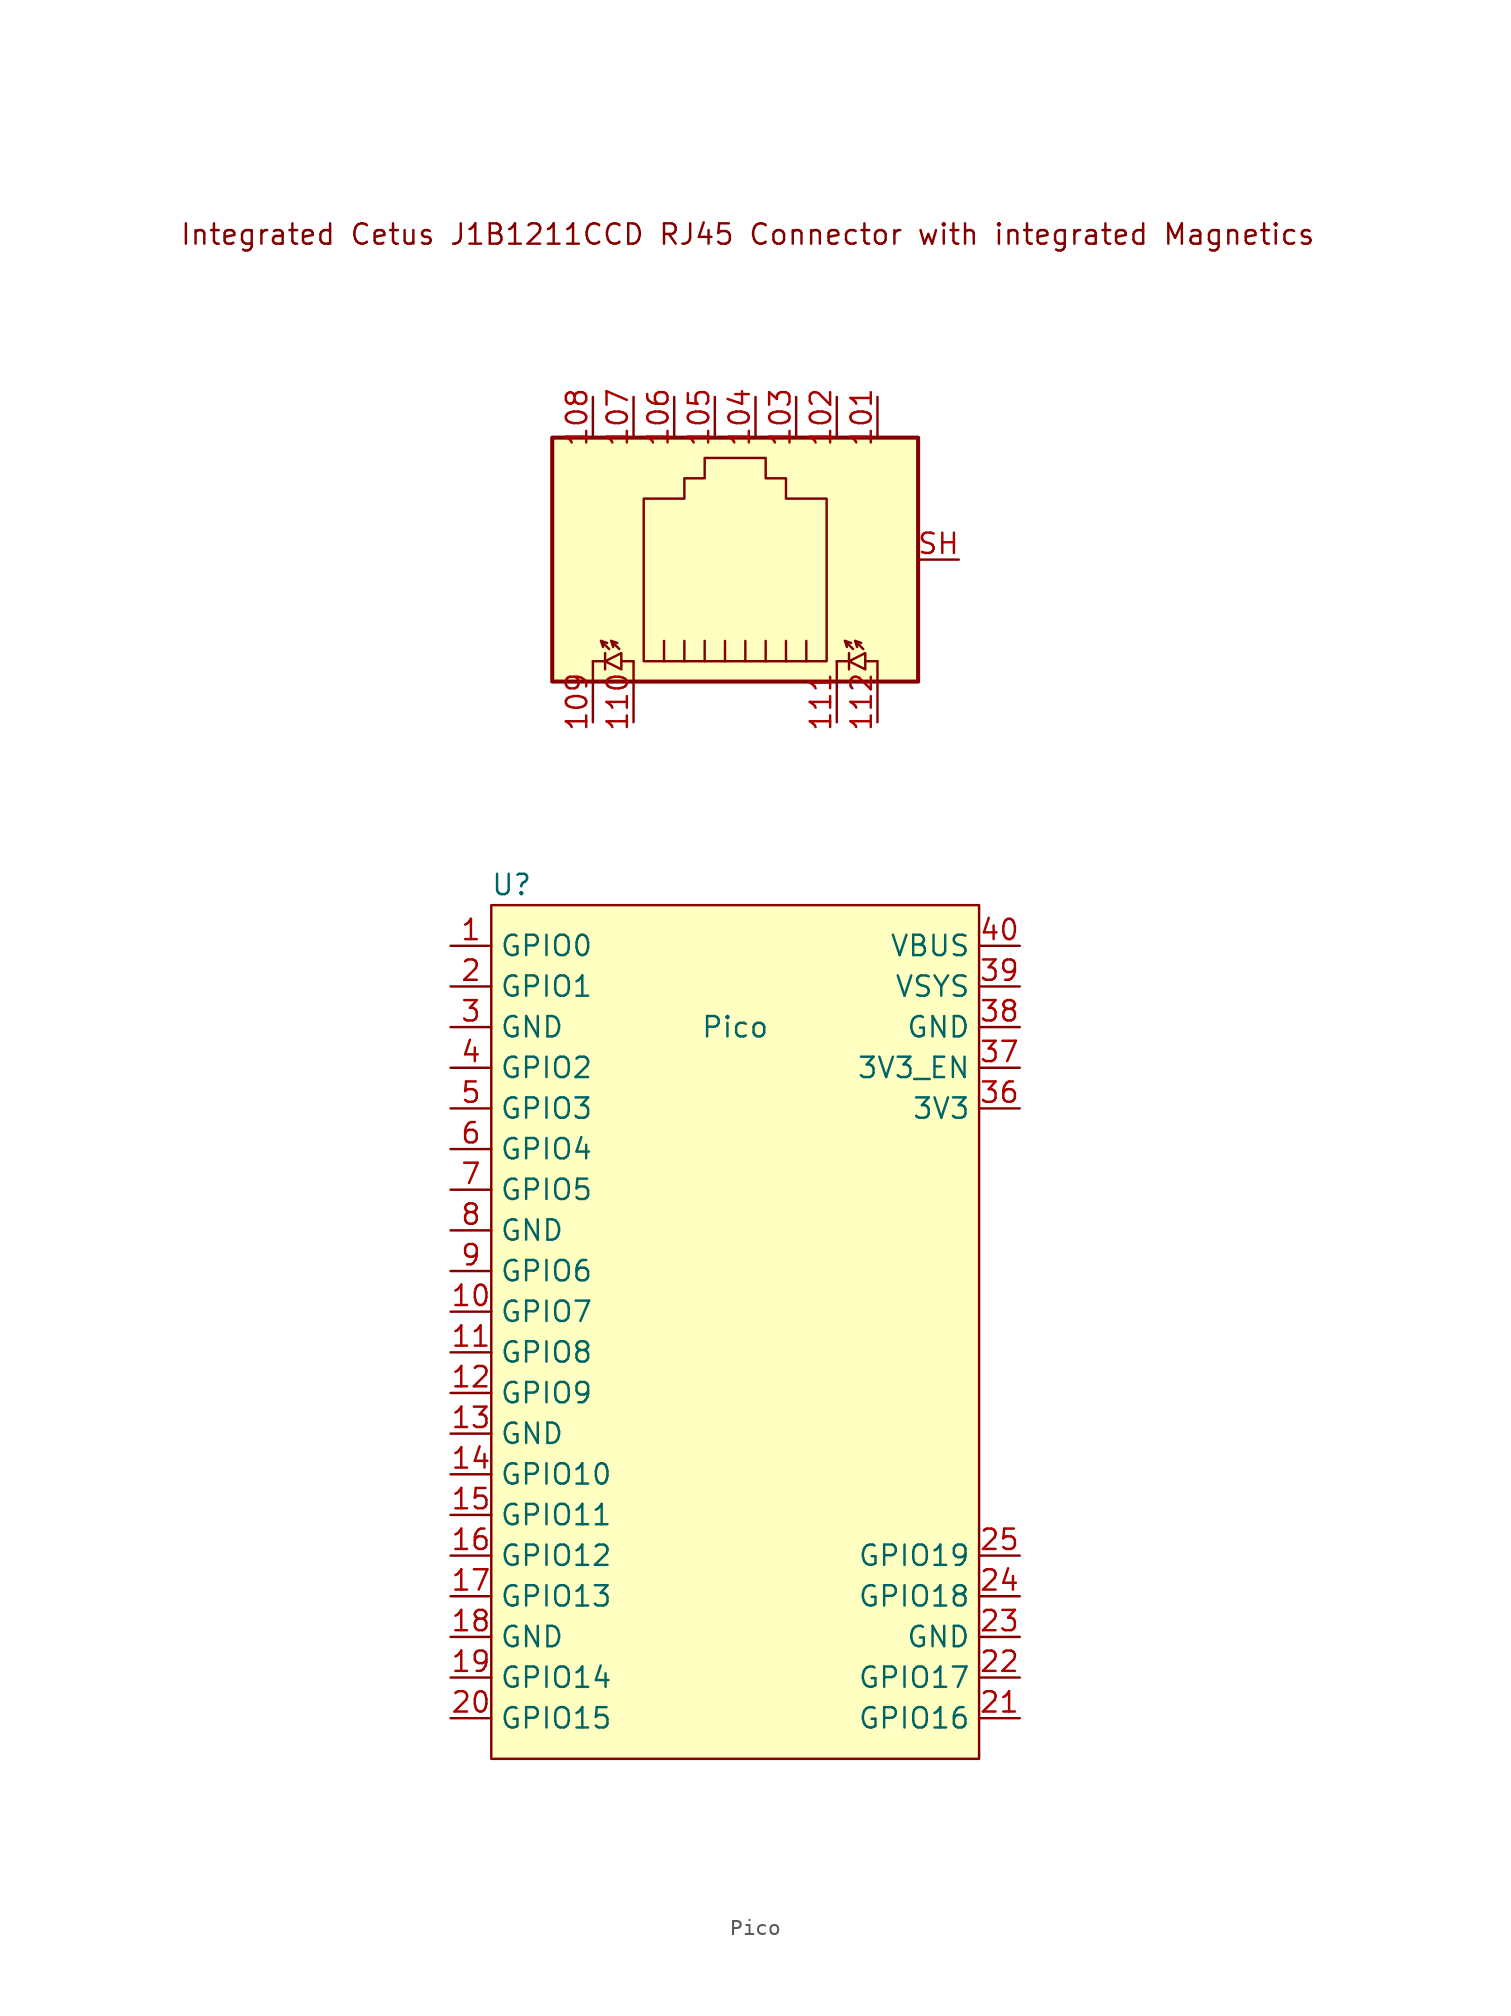
<source format=kicad_sym>
(kicad_symbol_lib
  (version 20211014)
  (generator kicad_symbol_editor)
  (symbol "Pico"
    (property "Reference" "U"
      (at -13.97 27.94 0)
      (effects (font (size 1.27 1.27))))
    (property "Value" "Pico"
      (at 0 19.05 0)
      (effects (font (size 1.27 1.27))))
    (symbol "Pico_0_0"
      (text "Integrated Cetus J1B1211CCD RJ45 Connector with integrated Magnetics " (at 1.27 68.58 0) (effects (font (size 1.27 1.27)))))
    (symbol "Pico_0_1"
      (rectangle (start -15.24 26.67) (end 15.24 -26.67) (stroke (width 0) (type default) (color 0 0 0 0)) (fill (type background)))
      (rectangle (start -11.43 55.88) (end 11.43 40.64) (stroke (width 0.254) (type default) (color 0 0 0 0)) (fill (type background)))
      (polyline (pts (xy -8.89 40.64) (xy -8.89 41.91)) (stroke (width 0) (type default) (color 0 0 0 0)) (fill (type none)))
      (polyline (pts (xy -8.89 41.91) (xy -8.128 41.91)) (stroke (width 0) (type default) (color 0 0 0 0)) (fill (type none)))
      (polyline (pts (xy -8.382 43.18) (xy -8.001 43.053)) (stroke (width 0) (type default) (color 0 0 0 0)) (fill (type none)))
      (polyline (pts (xy -8.128 41.402) (xy -8.128 42.418)) (stroke (width 0) (type default) (color 0 0 0 0)) (fill (type none)))
      (polyline (pts (xy -7.747 43.18) (xy -7.366 43.053)) (stroke (width 0) (type default) (color 0 0 0 0)) (fill (type none)))
      (polyline (pts (xy -6.35 40.64) (xy -6.35 41.91)) (stroke (width 0) (type default) (color 0 0 0 0)) (fill (type none)))
      (polyline (pts (xy -6.35 41.91) (xy -7.112 41.91)) (stroke (width 0) (type default) (color 0 0 0 0)) (fill (type none)))
      (polyline (pts (xy -4.445 43.18) (xy -4.445 41.91)) (stroke (width 0) (type default) (color 0 0 0 0)) (fill (type none)))
      (polyline (pts (xy -3.175 43.18) (xy -3.175 41.91)) (stroke (width 0) (type default) (color 0 0 0 0)) (fill (type none)))
      (polyline (pts (xy 6.35 40.64) (xy 6.35 41.91)) (stroke (width 0) (type default) (color 0 0 0 0)) (fill (type none)))
      (polyline (pts (xy 6.35 41.91) (xy 7.112 41.91)) (stroke (width 0) (type default) (color 0 0 0 0)) (fill (type none)))
      (polyline (pts (xy 6.858 43.18) (xy 7.239 43.053)) (stroke (width 0) (type default) (color 0 0 0 0)) (fill (type none)))
      (polyline (pts (xy 7.112 41.402) (xy 7.112 42.418)) (stroke (width 0) (type default) (color 0 0 0 0)) (fill (type none)))
      (polyline (pts (xy 7.493 43.18) (xy 7.874 43.053)) (stroke (width 0) (type default) (color 0 0 0 0)) (fill (type none)))
      (polyline (pts (xy 8.89 40.64) (xy 8.89 41.91)) (stroke (width 0) (type default) (color 0 0 0 0)) (fill (type none)))
      (polyline (pts (xy 8.89 41.91) (xy 8.128 41.91)) (stroke (width 0) (type default) (color 0 0 0 0)) (fill (type none)))
      (polyline (pts (xy -7.874 42.672) (xy -8.382 43.18) (xy -8.255 42.799)) (stroke (width 0) (type default) (color 0 0 0 0)) (fill (type none)))
      (polyline (pts (xy -7.239 42.672) (xy -7.747 43.18) (xy -7.62 42.799)) (stroke (width 0) (type default) (color 0 0 0 0)) (fill (type none)))
      (polyline (pts (xy -1.905 43.18) (xy -1.905 41.91) (xy -1.905 41.91)) (stroke (width 0) (type default) (color 0 0 0 0)) (fill (type none)))
      (polyline (pts (xy -0.635 41.91) (xy -0.635 43.18) (xy -0.635 43.18)) (stroke (width 0) (type default) (color 0 0 0 0)) (fill (type none)))
      (polyline (pts (xy 0.635 41.91) (xy 0.635 43.18) (xy 0.635 43.18)) (stroke (width 0) (type default) (color 0 0 0 0)) (fill (type none)))
      (polyline (pts (xy 1.905 41.91) (xy 1.905 43.18) (xy 1.905 43.18)) (stroke (width 0) (type default) (color 0 0 0 0)) (fill (type none)))
      (polyline (pts (xy 3.175 41.91) (xy 3.175 43.18) (xy 3.175 43.18)) (stroke (width 0) (type default) (color 0 0 0 0)) (fill (type none)))
      (polyline (pts (xy 4.445 41.91) (xy 4.445 43.18) (xy 4.445 43.18)) (stroke (width 0) (type default) (color 0 0 0 0)) (fill (type none)))
      (polyline (pts (xy 7.366 42.672) (xy 6.858 43.18) (xy 6.985 42.799)) (stroke (width 0) (type default) (color 0 0 0 0)) (fill (type none)))
      (polyline (pts (xy 8.001 42.672) (xy 7.493 43.18) (xy 7.62 42.799)) (stroke (width 0) (type default) (color 0 0 0 0)) (fill (type none)))
      (polyline (pts (xy -8.128 41.91) (xy -7.112 41.402) (xy -7.112 42.418) (xy -8.128 41.91)) (stroke (width 0) (type default) (color 0 0 0 0)) (fill (type none)))
      (polyline (pts (xy 7.112 41.91) (xy 8.128 41.402) (xy 8.128 42.418) (xy 7.112 41.91)) (stroke (width 0) (type default) (color 0 0 0 0)) (fill (type none)))
      (polyline (pts (xy 5.715 41.91) (xy -5.715 41.91) (xy -5.715 52.07) (xy -3.175 52.07) (xy -3.175 53.34) (xy -1.905 53.34) (xy -1.905 54.61) (xy 1.905 54.61) (xy 1.905 53.34) (xy 3.175 53.34) (xy 3.175 52.07) (xy 5.715 52.07) (xy 5.715 41.91) (xy 5.715 41.91)) (stroke (width 0) (type default) (color 0 0 0 0)) (fill (type none))))
    (symbol "Pico_1_1"
      (pin bidirectional line (at -17.78 24.13 0) (length 2.54) (name "GPIO0" (effects (font (size 1.27 1.27)))) (number "1" (effects (font (size 1.27 1.27)))))
      (pin bidirectional line (at -17.78 1.27 0) (length 2.54) (name "GPIO7" (effects (font (size 1.27 1.27)))) (number "10" (effects (font (size 1.27 1.27)))))
      (pin passive line (at 8.89 58.42 270) (length 2.54) (name "~" (effects (font (size 1.27 1.27)))) (number "101" (effects (font (size 1.27 1.27)))))
      (pin passive line (at 6.35 58.42 270) (length 2.54) (name "~" (effects (font (size 1.27 1.27)))) (number "102" (effects (font (size 1.27 1.27)))))
      (pin passive line (at 3.81 58.42 270) (length 2.54) (name "~" (effects (font (size 1.27 1.27)))) (number "103" (effects (font (size 1.27 1.27)))))
      (pin passive line (at 1.27 58.42 270) (length 2.54) (name "~" (effects (font (size 1.27 1.27)))) (number "104" (effects (font (size 1.27 1.27)))))
      (pin passive line (at -1.27 58.42 270) (length 2.54) (name "~" (effects (font (size 1.27 1.27)))) (number "105" (effects (font (size 1.27 1.27)))))
      (pin passive line (at -3.81 58.42 270) (length 2.54) (name "~" (effects (font (size 1.27 1.27)))) (number "106" (effects (font (size 1.27 1.27)))))
      (pin passive line (at -6.35 58.42 270) (length 2.54) (name "~" (effects (font (size 1.27 1.27)))) (number "107" (effects (font (size 1.27 1.27)))))
      (pin passive line (at -8.89 58.42 270) (length 2.54) (name "~" (effects (font (size 1.27 1.27)))) (number "108" (effects (font (size 1.27 1.27)))))
      (pin passive line (at -8.89 38.1 90) (length 2.54) (name "~" (effects (font (size 1.27 1.27)))) (number "109" (effects (font (size 1.27 1.27)))))
      (pin bidirectional line (at -17.78 -1.27 0) (length 2.54) (name "GPIO8" (effects (font (size 1.27 1.27)))) (number "11" (effects (font (size 1.27 1.27)))))
      (pin passive line (at -6.35 38.1 90) (length 2.54) (name "~" (effects (font (size 1.27 1.27)))) (number "110" (effects (font (size 1.27 1.27)))))
      (pin passive line (at 6.35 38.1 90) (length 2.54) (name "~" (effects (font (size 1.27 1.27)))) (number "111" (effects (font (size 1.27 1.27)))))
      (pin passive line (at 8.89 38.1 90) (length 2.54) (name "~" (effects (font (size 1.27 1.27)))) (number "112" (effects (font (size 1.27 1.27)))))
      (pin bidirectional line (at -17.78 -3.81 0) (length 2.54) (name "GPIO9" (effects (font (size 1.27 1.27)))) (number "12" (effects (font (size 1.27 1.27)))))
      (pin power_in line (at -17.78 -6.35 0) (length 2.54) (name "GND" (effects (font (size 1.27 1.27)))) (number "13" (effects (font (size 1.27 1.27)))))
      (pin bidirectional line (at -17.78 -8.89 0) (length 2.54) (name "GPIO10" (effects (font (size 1.27 1.27)))) (number "14" (effects (font (size 1.27 1.27)))))
      (pin bidirectional line (at -17.78 -11.43 0) (length 2.54) (name "GPIO11" (effects (font (size 1.27 1.27)))) (number "15" (effects (font (size 1.27 1.27)))))
      (pin bidirectional line (at -17.78 -13.97 0) (length 2.54) (name "GPIO12" (effects (font (size 1.27 1.27)))) (number "16" (effects (font (size 1.27 1.27)))))
      (pin bidirectional line (at -17.78 -16.51 0) (length 2.54) (name "GPIO13" (effects (font (size 1.27 1.27)))) (number "17" (effects (font (size 1.27 1.27)))))
      (pin power_in line (at -17.78 -19.05 0) (length 2.54) (name "GND" (effects (font (size 1.27 1.27)))) (number "18" (effects (font (size 1.27 1.27)))))
      (pin bidirectional line (at -17.78 -21.59 0) (length 2.54) (name "GPIO14" (effects (font (size 1.27 1.27)))) (number "19" (effects (font (size 1.27 1.27)))))
      (pin bidirectional line (at -17.78 21.59 0) (length 2.54) (name "GPIO1" (effects (font (size 1.27 1.27)))) (number "2" (effects (font (size 1.27 1.27)))))
      (pin bidirectional line (at -17.78 -24.13 0) (length 2.54) (name "GPIO15" (effects (font (size 1.27 1.27)))) (number "20" (effects (font (size 1.27 1.27)))))
      (pin bidirectional line (at 17.78 -24.13 180) (length 2.54) (name "GPIO16" (effects (font (size 1.27 1.27)))) (number "21" (effects (font (size 1.27 1.27)))))
      (pin bidirectional line (at 17.78 -21.59 180) (length 2.54) (name "GPIO17" (effects (font (size 1.27 1.27)))) (number "22" (effects (font (size 1.27 1.27)))))
      (pin power_in line (at 17.78 -19.05 180) (length 2.54) (name "GND" (effects (font (size 1.27 1.27)))) (number "23" (effects (font (size 1.27 1.27)))))
      (pin bidirectional line (at 17.78 -16.51 180) (length 2.54) (name "GPIO18" (effects (font (size 1.27 1.27)))) (number "24" (effects (font (size 1.27 1.27)))))
      (pin bidirectional line (at 17.78 -13.97 180) (length 2.54) (name "GPIO19" (effects (font (size 1.27 1.27)))) (number "25" (effects (font (size 1.27 1.27)))))
      (pin power_in line (at -17.78 19.05 0) (length 2.54) (name "GND" (effects (font (size 1.27 1.27)))) (number "3" (effects (font (size 1.27 1.27)))))
      (pin power_in line (at 17.78 13.97 180) (length 2.54) (name "3V3" (effects (font (size 1.27 1.27)))) (number "36" (effects (font (size 1.27 1.27)))))
      (pin input line (at 17.78 16.51 180) (length 2.54) (name "3V3_EN" (effects (font (size 1.27 1.27)))) (number "37" (effects (font (size 1.27 1.27)))))
      (pin bidirectional line (at 17.78 19.05 180) (length 2.54) (name "GND" (effects (font (size 1.27 1.27)))) (number "38" (effects (font (size 1.27 1.27)))))
      (pin power_in line (at 17.78 21.59 180) (length 2.54) (name "VSYS" (effects (font (size 1.27 1.27)))) (number "39" (effects (font (size 1.27 1.27)))))
      (pin bidirectional line (at -17.78 16.51 0) (length 2.54) (name "GPIO2" (effects (font (size 1.27 1.27)))) (number "4" (effects (font (size 1.27 1.27)))))
      (pin power_in line (at 17.78 24.13 180) (length 2.54) (name "VBUS" (effects (font (size 1.27 1.27)))) (number "40" (effects (font (size 1.27 1.27)))))
      (pin bidirectional line (at -17.78 13.97 0) (length 2.54) (name "GPIO3" (effects (font (size 1.27 1.27)))) (number "5" (effects (font (size 1.27 1.27)))))
      (pin bidirectional line (at -17.78 11.43 0) (length 2.54) (name "GPIO4" (effects (font (size 1.27 1.27)))) (number "6" (effects (font (size 1.27 1.27)))))
      (pin bidirectional line (at -17.78 8.89 0) (length 2.54) (name "GPIO5" (effects (font (size 1.27 1.27)))) (number "7" (effects (font (size 1.27 1.27)))))
      (pin power_in line (at -17.78 6.35 0) (length 2.54) (name "GND" (effects (font (size 1.27 1.27)))) (number "8" (effects (font (size 1.27 1.27)))))
      (pin bidirectional line (at -17.78 3.81 0) (length 2.54) (name "GPIO6" (effects (font (size 1.27 1.27)))) (number "9" (effects (font (size 1.27 1.27)))))
      (pin passive line (at 13.97 48.26 180) (length 2.54) (name "~" (effects (font (size 1.27 1.27)))) (number "SH" (effects (font (size 1.27 1.27))))))))
</source>
